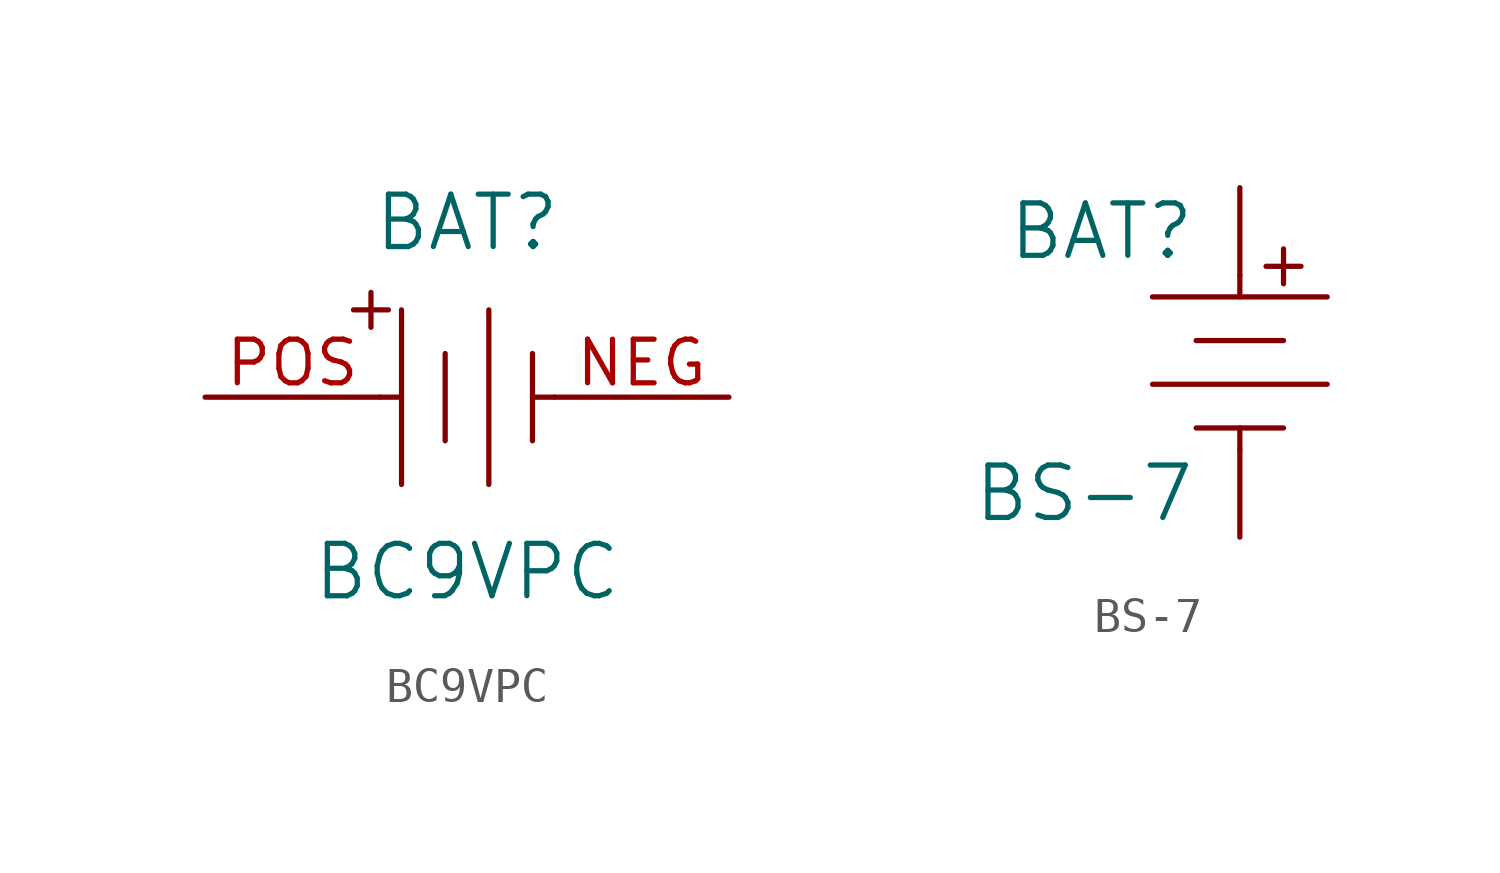
<source format=kicad_sym>
(kicad_symbol_lib
  (version 20220914)
  (generator kicad_symbol_editor)
  (symbol "BC9VPC"
    (pin_names
      (offset 1.016))
    (property "Reference" "BAT"
      (at 0 5.08 0)
      (effects (font (size 1.524 1.524))))
    (property "Value" "BC9VPC"
      (at 0 -5.08 0)
      (effects (font (size 1.524 1.524))))
    (symbol "BC9VPC_1_1"
      (polyline (pts (xy -2.794 3.048) (xy -2.794 2.032)) (stroke (width 0) (type solid)) (fill (type none)))
      (polyline (pts (xy -2.286 2.54) (xy -3.302 2.54)) (stroke (width 0) (type solid)) (fill (type none)))
      (polyline (pts (xy -1.905 0) (xy -2.54 0)) (stroke (width 0) (type solid)) (fill (type none)))
      (polyline (pts (xy -1.905 2.54) (xy -1.905 -2.54)) (stroke (width 0) (type solid)) (fill (type none)))
      (polyline (pts (xy -0.635 1.27) (xy -0.635 -1.27)) (stroke (width 0) (type solid)) (fill (type none)))
      (polyline (pts (xy 0.635 2.54) (xy 0.635 -2.54)) (stroke (width 0) (type solid)) (fill (type none)))
      (polyline (pts (xy 1.905 1.27) (xy 1.905 -1.27)) (stroke (width 0) (type solid)) (fill (type none)))
      (polyline (pts (xy 2.54 0) (xy 1.905 0)) (stroke (width 0) (type solid)) (fill (type none)))
      (pin power_in line (at 7.62 0 180) (length 5.08) (name "~" (effects (font (size 1.27 1.27)))) (number "NEG" (effects (font (size 1.27 1.27)))))
      (pin power_in line (at -7.62 0 0) (length 5.08) (name "~" (effects (font (size 1.27 1.27)))) (number "POS" (effects (font (size 1.27 1.27)))))))
  (symbol "BS-7"
    (pin_numbers hide)
    (pin_names
      (offset 1.016))
    (property "Reference" "BAT"
      (at -1.27 3.81 0)
      (effects (font (size 1.524 1.524)) (justify right)))
    (property "Value" "BS-7"
      (at -1.27 -3.81 0)
      (effects (font (size 1.524 1.524)) (justify right)))
    (symbol "BS-7_1_1"
      (polyline (pts (xy 0 -2.54) (xy 0 -1.905)) (stroke (width 0) (type solid)) (fill (type none)))
      (polyline (pts (xy 0 1.905) (xy 0 2.54)) (stroke (width 0) (type solid)) (fill (type none)))
      (polyline (pts (xy 1.27 -1.905) (xy -1.27 -1.905)) (stroke (width 0) (type solid)) (fill (type none)))
      (polyline (pts (xy 1.27 0.635) (xy -1.27 0.635)) (stroke (width 0) (type solid)) (fill (type none)))
      (polyline (pts (xy 1.27 2.286) (xy 1.27 3.302)) (stroke (width 0) (type solid)) (fill (type none)))
      (polyline (pts (xy 1.778 2.794) (xy 0.762 2.794)) (stroke (width 0) (type solid)) (fill (type none)))
      (polyline (pts (xy 2.54 -0.635) (xy -2.54 -0.635)) (stroke (width 0) (type solid)) (fill (type none)))
      (polyline (pts (xy 2.54 1.905) (xy -2.54 1.905)) (stroke (width 0) (type solid)) (fill (type none)))
      (pin power_out line (at 0 -5.08 90) (length 2.54) (name "~" (effects (font (size 1.27 1.27)))) (number "Neg" (effects (font (size 1.27 1.27)))))
      (pin power_out line (at 0 5.08 270) (length 2.54) (name "~" (effects (font (size 1.27 1.27)))) (number "Pos" (effects (font (size 1.27 1.27))))))))
</source>
